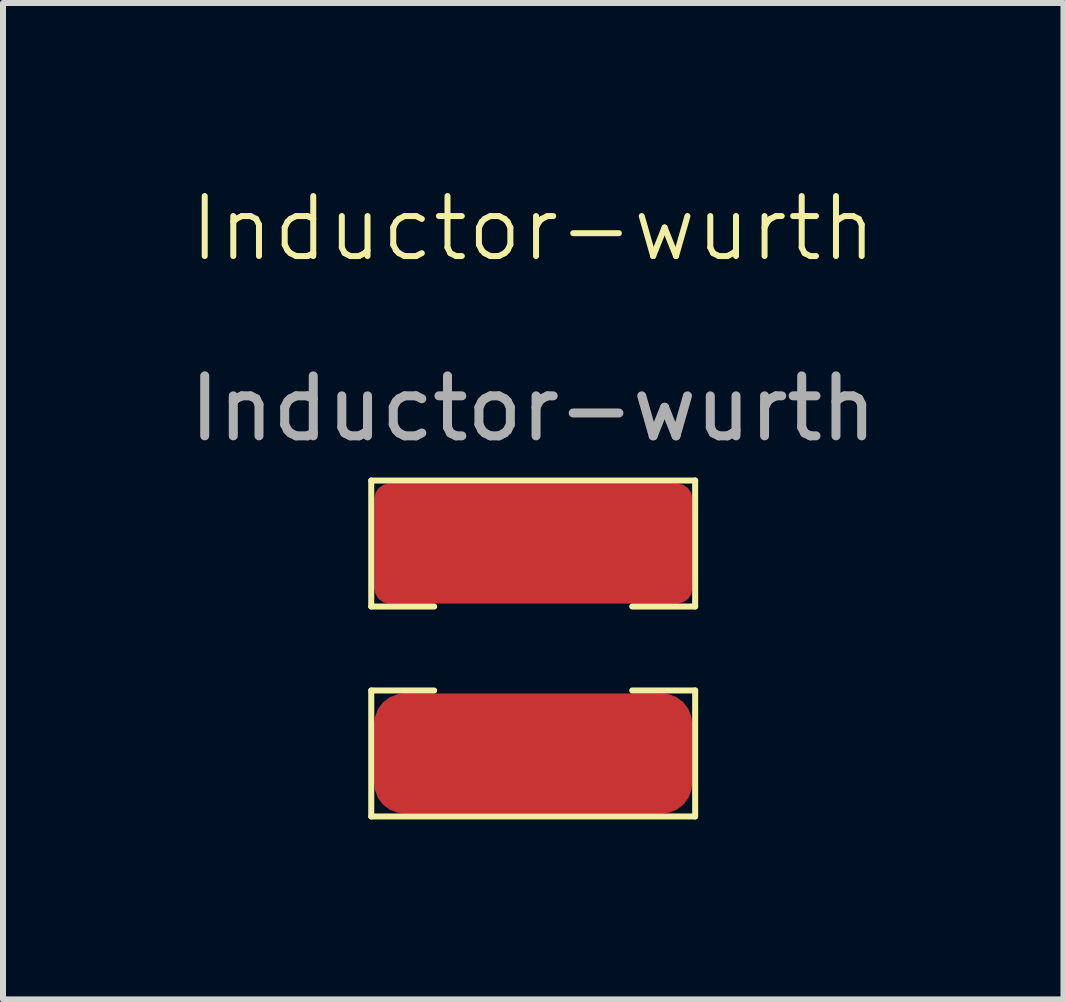
<source format=kicad_pcb>
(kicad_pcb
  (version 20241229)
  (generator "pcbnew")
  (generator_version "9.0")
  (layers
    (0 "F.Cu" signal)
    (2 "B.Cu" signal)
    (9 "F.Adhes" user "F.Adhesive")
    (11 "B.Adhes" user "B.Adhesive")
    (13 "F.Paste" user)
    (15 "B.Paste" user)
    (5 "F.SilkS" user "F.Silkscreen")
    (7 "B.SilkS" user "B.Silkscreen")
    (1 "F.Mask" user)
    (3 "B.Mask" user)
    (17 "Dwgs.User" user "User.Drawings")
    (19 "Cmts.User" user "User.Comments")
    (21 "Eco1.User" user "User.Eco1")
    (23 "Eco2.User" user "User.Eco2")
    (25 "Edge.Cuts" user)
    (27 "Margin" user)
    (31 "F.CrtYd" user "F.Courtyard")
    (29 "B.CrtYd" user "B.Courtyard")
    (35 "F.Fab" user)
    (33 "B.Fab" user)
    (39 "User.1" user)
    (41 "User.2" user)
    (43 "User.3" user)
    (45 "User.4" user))
  (footprint "Inductor-wurth"
    (layer "F.Cu")
    (at 5.839 7.761)
    (property "Reference" "Inductor-wurth" (at 0 -7 0) (unlocked yes) (layer "F.SilkS") (effects (font (size 1 1) (thickness 0.1))))
    (attr smd)
    (fp_line (start -2.7 -2.8) (end -2.7 -0.7) (stroke (width 0.1) (type default)) (layer "F.SilkS"))
    (fp_line (start -2.7 -0.7) (end -1.65 -0.7) (stroke (width 0.1) (type default)) (layer "F.SilkS"))
    (fp_line (start -2.7 0.7) (end -2.7 2.8) (stroke (width 0.1) (type default)) (layer "F.SilkS"))
    (fp_line (start -2.7 0.7) (end -1.65 0.7) (stroke (width 0.1) (type default)) (layer "F.SilkS"))
    (fp_line (start -2.7 2.8) (end 2.7 2.8) (stroke (width 0.1) (type default)) (layer "F.SilkS"))
    (fp_line (start 2.7 -2.8) (end -2.7 -2.8) (stroke (width 0.1) (type default)) (layer "F.SilkS"))
    (fp_line (start 2.7 -0.7) (end 1.65 -0.7) (stroke (width 0.1) (type default)) (layer "F.SilkS"))
    (fp_line (start 2.7 -0.7) (end 2.7 -2.8) (stroke (width 0.1) (type default)) (layer "F.SilkS"))
    (fp_line (start 2.7 0.7) (end 1.65 0.7) (stroke (width 0.1) (type default)) (layer "F.SilkS"))
    (fp_line (start 2.7 2.8) (end 2.7 0.7) (stroke (width 0.1) (type default)) (layer "F.SilkS"))
    (fp_text user "${REFERENCE}" (at 0 -4 0) (unlocked yes) (layer "F.Fab") (effects (font (size 1 1) (thickness 0.15))))
    (pad "1" smd roundrect (at 0.002 -1.75) (size 5.3 2) (layers "F.Cu" "F.Mask" "F.Paste") (roundrect_rratio 0.125))
    (pad "2" smd roundrect (at 0 1.75) (size 5.3 2) (layers "F.Cu" "F.Mask" "F.Paste") (roundrect_rratio 0.25)))
  (gr_rect
    (start -3 -3)
    (end 14.679 13.611)
    (stroke (width 0.1) (type default))
    (fill no)
    (layer "Edge.Cuts")))
</source>
